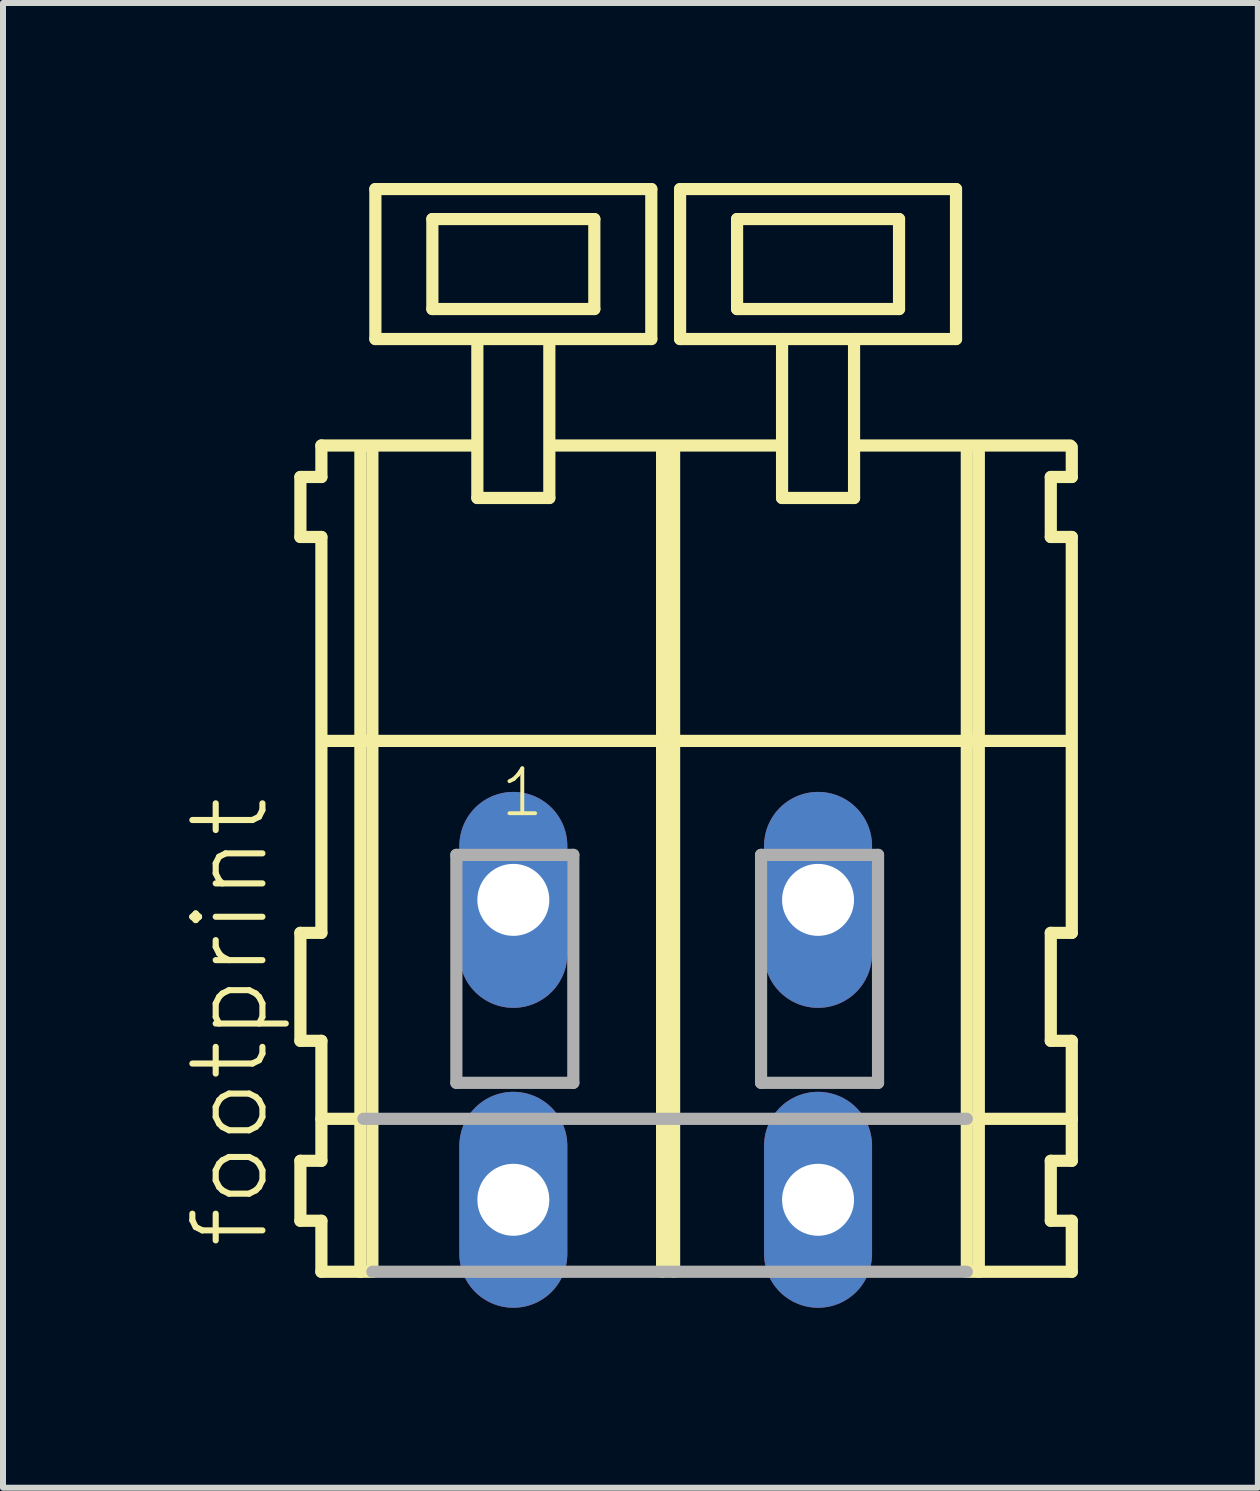
<source format=kicad_pcb>
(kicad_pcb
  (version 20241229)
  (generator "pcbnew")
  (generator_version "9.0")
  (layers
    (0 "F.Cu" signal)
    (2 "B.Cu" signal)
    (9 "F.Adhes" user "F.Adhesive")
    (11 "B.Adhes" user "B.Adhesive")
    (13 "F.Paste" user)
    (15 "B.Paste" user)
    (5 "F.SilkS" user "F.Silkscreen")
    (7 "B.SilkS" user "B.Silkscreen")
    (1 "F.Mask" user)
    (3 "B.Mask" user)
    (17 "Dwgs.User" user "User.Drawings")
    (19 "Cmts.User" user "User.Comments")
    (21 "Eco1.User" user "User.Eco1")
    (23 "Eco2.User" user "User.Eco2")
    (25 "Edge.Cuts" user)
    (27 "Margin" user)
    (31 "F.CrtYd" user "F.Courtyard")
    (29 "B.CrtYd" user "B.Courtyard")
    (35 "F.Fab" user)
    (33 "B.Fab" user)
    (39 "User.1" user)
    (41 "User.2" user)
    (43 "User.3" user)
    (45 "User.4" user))
  (footprint "footprint"
    (layer "F.Cu")
    (at 8.048 11.952)
    (property "Reference" "footprint" (at -6.575 5.855 90) (layer "F.SilkS") (effects (font (size 1.168 1.168) (thickness 0.102)) (justify left bottom)))
    (fp_line (start -6.09 -7.05) (end -6.09 -6.05) (stroke (width 0.203) (type solid)) (layer "F.SilkS"))
    (fp_line (start -6.09 -6.05) (end -5.74 -6.05) (stroke (width 0.203) (type solid)) (layer "F.SilkS"))
    (fp_line (start -6.09 0.55) (end -6.09 2.35) (stroke (width 0.203) (type solid)) (layer "F.SilkS"))
    (fp_line (start -6.09 2.35) (end -5.74 2.35) (stroke (width 0.203) (type solid)) (layer "F.SilkS"))
    (fp_line (start -6.09 4.35) (end -6.09 5.35) (stroke (width 0.203) (type solid)) (layer "F.SilkS"))
    (fp_line (start -6.09 5.35) (end -5.74 5.35) (stroke (width 0.203) (type solid)) (layer "F.SilkS"))
    (fp_line (start -5.74 -7.575) (end -5.74 -7.05) (stroke (width 0.203) (type solid)) (layer "F.SilkS"))
    (fp_line (start -5.74 -7.575) (end -3.165 -7.575) (stroke (width 0.203) (type solid)) (layer "F.SilkS"))
    (fp_line (start -5.74 -7.05) (end -6.09 -7.05) (stroke (width 0.203) (type solid)) (layer "F.SilkS"))
    (fp_line (start -5.74 -6.05) (end -5.74 0.55) (stroke (width 0.203) (type solid)) (layer "F.SilkS"))
    (fp_line (start -5.74 0.55) (end -6.09 0.55) (stroke (width 0.203) (type solid)) (layer "F.SilkS"))
    (fp_line (start -5.74 2.35) (end -5.74 4.35) (stroke (width 0.203) (type solid)) (layer "F.SilkS"))
    (fp_line (start -5.74 3.65) (end -5.04 3.65) (stroke (width 0.203) (type solid)) (layer "F.SilkS"))
    (fp_line (start -5.74 4.35) (end -6.09 4.35) (stroke (width 0.203) (type solid)) (layer "F.SilkS"))
    (fp_line (start -5.74 5.35) (end -5.74 6.2) (stroke (width 0.203) (type solid)) (layer "F.SilkS"))
    (fp_line (start -5.74 6.2) (end -5.09 6.2) (stroke (width 0.203) (type solid)) (layer "F.SilkS"))
    (fp_line (start -5.69 -2.65) (end -0.06 -2.65) (stroke (width 0.203) (type solid)) (layer "F.SilkS"))
    (fp_line (start -5.09 -7.55) (end -5.09 6.2) (stroke (width 0.203) (type solid)) (layer "F.SilkS"))
    (fp_line (start -5.09 6.2) (end -4.89 6.2) (stroke (width 0.203) (type solid)) (layer "F.SilkS"))
    (fp_line (start -4.89 -7.55) (end -4.89 6.2) (stroke (width 0.203) (type solid)) (layer "F.SilkS"))
    (fp_line (start -4.84 -11.85) (end -4.84 -9.35) (stroke (width 0.203) (type solid)) (layer "F.SilkS"))
    (fp_line (start -4.84 -9.35) (end -3.14 -9.35) (stroke (width 0.203) (type solid)) (layer "F.SilkS"))
    (fp_line (start -3.89 -11.35) (end -3.89 -9.85) (stroke (width 0.203) (type solid)) (layer "F.SilkS"))
    (fp_line (start -3.89 -9.85) (end -1.19 -9.85) (stroke (width 0.203) (type solid)) (layer "F.SilkS"))
    (fp_line (start -3.14 -9.35) (end -3.14 -6.7) (stroke (width 0.203) (type solid)) (layer "F.SilkS"))
    (fp_line (start -3.14 -9.35) (end -1.94 -9.35) (stroke (width 0.203) (type solid)) (layer "F.SilkS"))
    (fp_line (start -3.14 -6.7) (end -1.94 -6.7) (stroke (width 0.203) (type solid)) (layer "F.SilkS"))
    (fp_line (start -1.94 -9.35) (end -0.24 -9.35) (stroke (width 0.203) (type solid)) (layer "F.SilkS"))
    (fp_line (start -1.94 -6.7) (end -1.94 -9.35) (stroke (width 0.203) (type solid)) (layer "F.SilkS"))
    (fp_line (start -1.915 -7.575) (end 1.919 -7.575) (stroke (width 0.203) (type solid)) (layer "F.SilkS"))
    (fp_line (start -1.19 -11.35) (end -3.89 -11.35) (stroke (width 0.203) (type solid)) (layer "F.SilkS"))
    (fp_line (start -1.19 -9.85) (end -1.19 -11.35) (stroke (width 0.203) (type solid)) (layer "F.SilkS"))
    (fp_line (start -0.24 -11.85) (end -4.84 -11.85) (stroke (width 0.203) (type solid)) (layer "F.SilkS"))
    (fp_line (start -0.24 -9.35) (end -0.24 -11.85) (stroke (width 0.203) (type solid)) (layer "F.SilkS"))
    (fp_line (start -0.06 -7.55) (end -0.06 -2.65) (stroke (width 0.203) (type solid)) (layer "F.SilkS"))
    (fp_line (start -0.06 -2.65) (end -0.06 6.2) (stroke (width 0.203) (type solid)) (layer "F.SilkS"))
    (fp_line (start -0.06 -2.65) (end 5.02 -2.65) (stroke (width 0.203) (type solid)) (layer "F.SilkS"))
    (fp_line (start 0.14 -7.55) (end 0.14 6.2) (stroke (width 0.203) (type solid)) (layer "F.SilkS"))
    (fp_line (start 0.24 -11.85) (end 0.24 -9.35) (stroke (width 0.203) (type solid)) (layer "F.SilkS"))
    (fp_line (start 0.24 -9.35) (end 1.94 -9.35) (stroke (width 0.203) (type solid)) (layer "F.SilkS"))
    (fp_line (start 1.19 -11.35) (end 1.19 -9.85) (stroke (width 0.203) (type solid)) (layer "F.SilkS"))
    (fp_line (start 1.19 -9.85) (end 3.89 -9.85) (stroke (width 0.203) (type solid)) (layer "F.SilkS"))
    (fp_line (start 1.94 -9.35) (end 1.94 -6.7) (stroke (width 0.203) (type solid)) (layer "F.SilkS"))
    (fp_line (start 1.94 -9.35) (end 3.14 -9.35) (stroke (width 0.203) (type solid)) (layer "F.SilkS"))
    (fp_line (start 1.94 -6.7) (end 3.14 -6.7) (stroke (width 0.203) (type solid)) (layer "F.SilkS"))
    (fp_line (start 3.14 -9.35) (end 4.84 -9.35) (stroke (width 0.203) (type solid)) (layer "F.SilkS"))
    (fp_line (start 3.14 -6.7) (end 3.14 -9.35) (stroke (width 0.203) (type solid)) (layer "F.SilkS"))
    (fp_line (start 3.165 -7.575) (end 6.745 -7.575) (stroke (width 0.203) (type solid)) (layer "F.SilkS"))
    (fp_line (start 3.89 -11.35) (end 1.19 -11.35) (stroke (width 0.203) (type solid)) (layer "F.SilkS"))
    (fp_line (start 3.89 -9.85) (end 3.89 -11.35) (stroke (width 0.203) (type solid)) (layer "F.SilkS"))
    (fp_line (start 4.84 -11.85) (end 0.24 -11.85) (stroke (width 0.203) (type solid)) (layer "F.SilkS"))
    (fp_line (start 4.84 -9.35) (end 4.84 -11.85) (stroke (width 0.203) (type solid)) (layer "F.SilkS"))
    (fp_line (start 5.02 -7.55) (end 5.02 -2.65) (stroke (width 0.203) (type solid)) (layer "F.SilkS"))
    (fp_line (start 5.02 -2.65) (end 5.02 6.2) (stroke (width 0.203) (type solid)) (layer "F.SilkS"))
    (fp_line (start 5.02 -2.65) (end 6.72 -2.65) (stroke (width 0.203) (type solid)) (layer "F.SilkS"))
    (fp_line (start 5.02 6.2) (end 6.77 6.2) (stroke (width 0.203) (type solid)) (layer "F.SilkS"))
    (fp_line (start 5.07 3.65) (end 6.77 3.65) (stroke (width 0.203) (type solid)) (layer "F.SilkS"))
    (fp_line (start 5.22 -7.55) (end 5.22 6.2) (stroke (width 0.203) (type solid)) (layer "F.SilkS"))
    (fp_line (start 6.42 -7.05) (end 6.42 -6.05) (stroke (width 0.203) (type solid)) (layer "F.SilkS"))
    (fp_line (start 6.42 -6.05) (end 6.77 -6.05) (stroke (width 0.203) (type solid)) (layer "F.SilkS"))
    (fp_line (start 6.42 0.55) (end 6.42 2.35) (stroke (width 0.203) (type solid)) (layer "F.SilkS"))
    (fp_line (start 6.42 2.35) (end 6.77 2.35) (stroke (width 0.203) (type solid)) (layer "F.SilkS"))
    (fp_line (start 6.42 4.35) (end 6.42 5.35) (stroke (width 0.203) (type solid)) (layer "F.SilkS"))
    (fp_line (start 6.42 5.35) (end 6.77 5.35) (stroke (width 0.203) (type solid)) (layer "F.SilkS"))
    (fp_line (start 6.77 -7.05) (end 6.42 -7.05) (stroke (width 0.203) (type solid)) (layer "F.SilkS"))
    (fp_line (start 6.77 -7.05) (end 6.77 -7.55) (stroke (width 0.203) (type solid)) (layer "F.SilkS"))
    (fp_line (start 6.77 0.55) (end 6.42 0.55) (stroke (width 0.203) (type solid)) (layer "F.SilkS"))
    (fp_line (start 6.77 0.55) (end 6.77 -6.05) (stroke (width 0.203) (type solid)) (layer "F.SilkS"))
    (fp_line (start 6.77 3.65) (end 6.77 2.35) (stroke (width 0.203) (type solid)) (layer "F.SilkS"))
    (fp_line (start 6.77 4.35) (end 6.42 4.35) (stroke (width 0.203) (type solid)) (layer "F.SilkS"))
    (fp_line (start 6.77 4.35) (end 6.77 3.65) (stroke (width 0.203) (type solid)) (layer "F.SilkS"))
    (fp_line (start 6.77 6.2) (end 6.77 5.35) (stroke (width 0.203) (type solid)) (layer "F.SilkS"))
    (fp_line (start -5.04 3.65) (end 5.02 3.65) (stroke (width 0.203) (type solid)) (layer "F.Fab"))
    (fp_line (start -4.89 6.2) (end 5.02 6.2) (stroke (width 0.203) (type solid)) (layer "F.Fab"))
    (fp_line (start -3.49 -0.75) (end -3.49 3.05) (stroke (width 0.203) (type solid)) (layer "F.Fab"))
    (fp_line (start -3.49 3.05) (end -1.54 3.05) (stroke (width 0.203) (type solid)) (layer "F.Fab"))
    (fp_line (start -1.54 -0.75) (end -3.49 -0.75) (stroke (width 0.203) (type solid)) (layer "F.Fab"))
    (fp_line (start -1.54 3.05) (end -1.54 -0.75) (stroke (width 0.203) (type solid)) (layer "F.Fab"))
    (fp_line (start 1.59 -0.75) (end 1.59 3.05) (stroke (width 0.203) (type solid)) (layer "F.Fab"))
    (fp_line (start 1.59 3.05) (end 3.54 3.05) (stroke (width 0.203) (type solid)) (layer "F.Fab"))
    (fp_line (start 3.54 -0.75) (end 1.59 -0.75) (stroke (width 0.203) (type solid)) (layer "F.Fab"))
    (fp_line (start 3.54 3.05) (end 3.54 -0.75) (stroke (width 0.203) (type solid)) (layer "F.Fab"))
    (fp_text user "1" (at -2.79 -1.35 0) (layer "F.SilkS") (effects (font (size 0.748 0.748) (thickness 0.065)) (justify left bottom)))
    (pad "A1" thru_hole oval (at -2.54 0 90) (size 3.6 1.8) (drill 1.2) (layers "*.Cu" "*.Mask"))
    (pad "A2" thru_hole oval (at 2.54 0 90) (size 3.6 1.8) (drill 1.2) (layers "*.Cu" "*.Mask"))
    (pad "B1" thru_hole oval (at -2.54 5 90) (size 3.6 1.8) (drill 1.2) (layers "*.Cu" "*.Mask"))
    (pad "B2" thru_hole oval (at 2.54 5 90) (size 3.6 1.8) (drill 1.2) (layers "*.Cu" "*.Mask")))
  (gr_rect
    (start -3 -3)
    (end 17.92 21.752)
    (stroke (width 0.1) (type default))
    (fill no)
    (layer "Edge.Cuts")))
</source>
